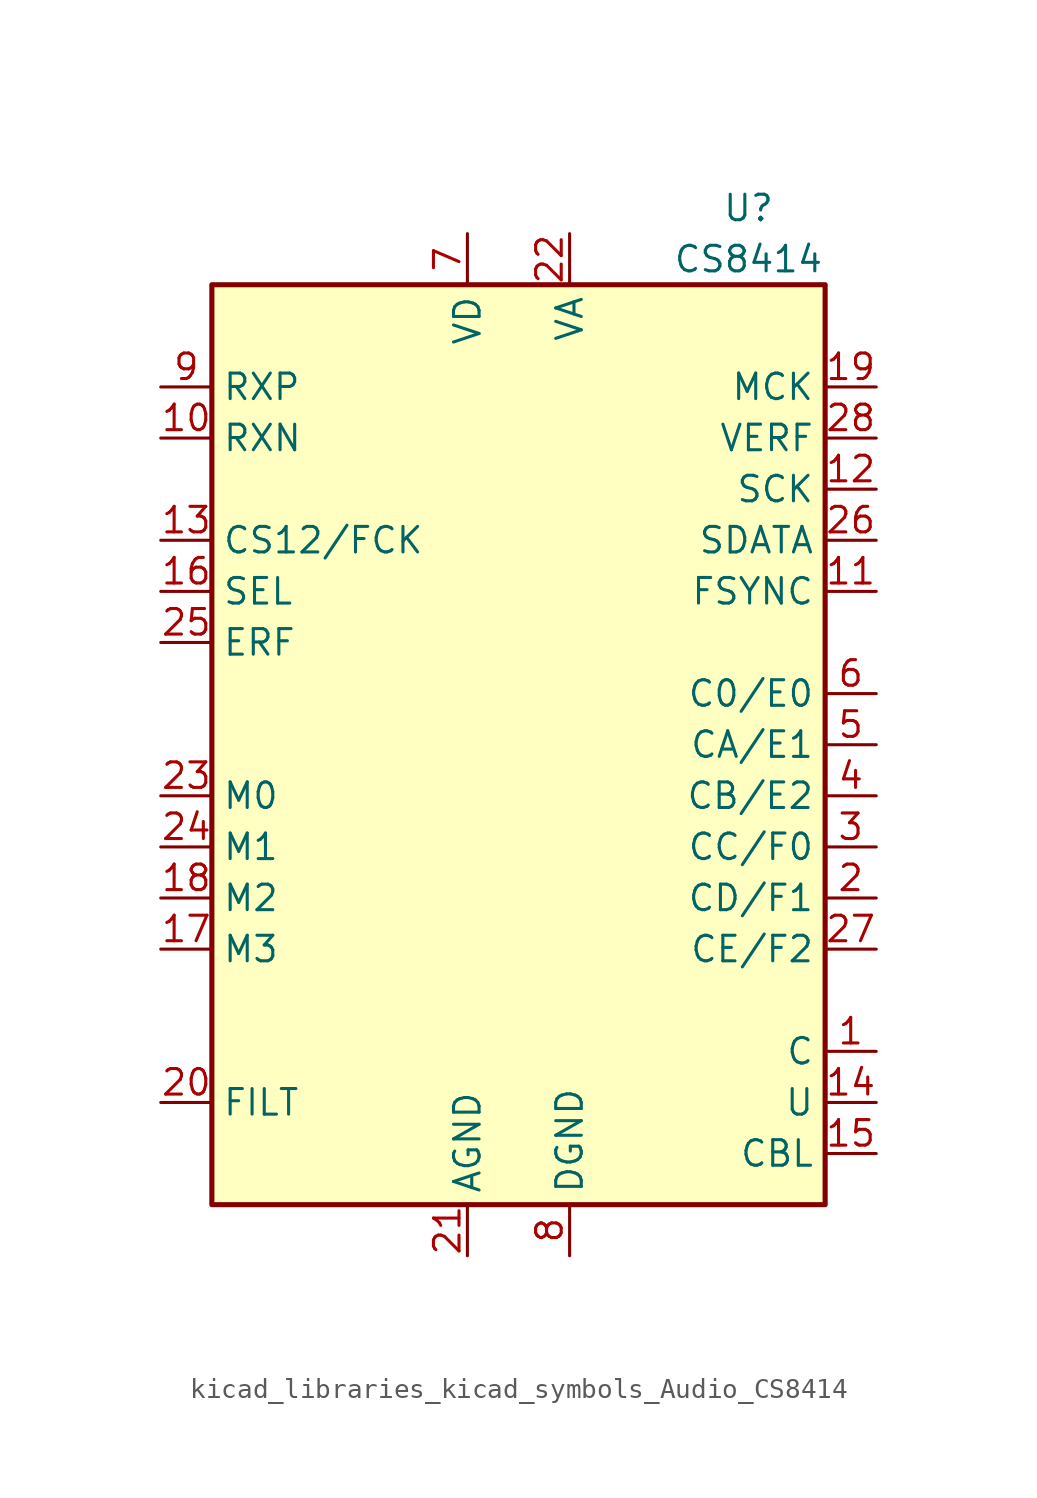
<source format=kicad_sym>
(kicad_symbol_lib
  (version 20220914)
  (generator kicad_symbol_editor)
  (symbol "kicad_libraries_kicad_symbols_Audio_CS8414"
    (property "Reference" "U"
      (at 11.43 26.67 0)
      (effects (font (size 1.27 1.27))))
    (property "Value" "CS8414"
      (at 11.43 24.13 0)
      (effects (font (size 1.27 1.27))))
    (symbol "kicad_libraries_kicad_symbols_Audio_CS8414_0_1"
      (rectangle (start -15.24 -22.86) (end 15.24 22.86) (stroke (width 0.254) (type default)) (fill (type background))))
    (symbol "kicad_libraries_kicad_symbols_Audio_CS8414_1_1"
      (pin output line (at 17.78 -15.24 180) (length 2.54) (name "C" (effects (font (size 1.27 1.27)))) (number "1" (effects (font (size 1.27 1.27)))))
      (pin input line (at -17.78 15.24 0) (length 2.54) (name "RXN" (effects (font (size 1.27 1.27)))) (number "10" (effects (font (size 1.27 1.27)))))
      (pin bidirectional line (at 17.78 7.62 180) (length 2.54) (name "FSYNC" (effects (font (size 1.27 1.27)))) (number "11" (effects (font (size 1.27 1.27)))))
      (pin bidirectional line (at 17.78 12.7 180) (length 2.54) (name "SCK" (effects (font (size 1.27 1.27)))) (number "12" (effects (font (size 1.27 1.27)))))
      (pin input line (at -17.78 10.16 0) (length 2.54) (name "CS12/FCK" (effects (font (size 1.27 1.27)))) (number "13" (effects (font (size 1.27 1.27)))))
      (pin output line (at 17.78 -17.78 180) (length 2.54) (name "U" (effects (font (size 1.27 1.27)))) (number "14" (effects (font (size 1.27 1.27)))))
      (pin output line (at 17.78 -20.32 180) (length 2.54) (name "CBL" (effects (font (size 1.27 1.27)))) (number "15" (effects (font (size 1.27 1.27)))))
      (pin input line (at -17.78 7.62 0) (length 2.54) (name "SEL" (effects (font (size 1.27 1.27)))) (number "16" (effects (font (size 1.27 1.27)))))
      (pin input line (at -17.78 -10.16 0) (length 2.54) (name "M3" (effects (font (size 1.27 1.27)))) (number "17" (effects (font (size 1.27 1.27)))))
      (pin input line (at -17.78 -7.62 0) (length 2.54) (name "M2" (effects (font (size 1.27 1.27)))) (number "18" (effects (font (size 1.27 1.27)))))
      (pin output line (at 17.78 17.78 180) (length 2.54) (name "MCK" (effects (font (size 1.27 1.27)))) (number "19" (effects (font (size 1.27 1.27)))))
      (pin output line (at 17.78 -7.62 180) (length 2.54) (name "CD/F1" (effects (font (size 1.27 1.27)))) (number "2" (effects (font (size 1.27 1.27)))))
      (pin input line (at -17.78 -17.78 0) (length 2.54) (name "FILT" (effects (font (size 1.27 1.27)))) (number "20" (effects (font (size 1.27 1.27)))))
      (pin power_in line (at -2.54 -25.4 90) (length 2.54) (name "AGND" (effects (font (size 1.27 1.27)))) (number "21" (effects (font (size 1.27 1.27)))))
      (pin power_in line (at 2.54 25.4 270) (length 2.54) (name "VA" (effects (font (size 1.27 1.27)))) (number "22" (effects (font (size 1.27 1.27)))))
      (pin input line (at -17.78 -2.54 0) (length 2.54) (name "M0" (effects (font (size 1.27 1.27)))) (number "23" (effects (font (size 1.27 1.27)))))
      (pin input line (at -17.78 -5.08 0) (length 2.54) (name "M1" (effects (font (size 1.27 1.27)))) (number "24" (effects (font (size 1.27 1.27)))))
      (pin output line (at -17.78 5.08 0) (length 2.54) (name "ERF" (effects (font (size 1.27 1.27)))) (number "25" (effects (font (size 1.27 1.27)))))
      (pin output line (at 17.78 10.16 180) (length 2.54) (name "SDATA" (effects (font (size 1.27 1.27)))) (number "26" (effects (font (size 1.27 1.27)))))
      (pin output line (at 17.78 -10.16 180) (length 2.54) (name "CE/F2" (effects (font (size 1.27 1.27)))) (number "27" (effects (font (size 1.27 1.27)))))
      (pin output line (at 17.78 15.24 180) (length 2.54) (name "VERF" (effects (font (size 1.27 1.27)))) (number "28" (effects (font (size 1.27 1.27)))))
      (pin output line (at 17.78 -5.08 180) (length 2.54) (name "CC/F0" (effects (font (size 1.27 1.27)))) (number "3" (effects (font (size 1.27 1.27)))))
      (pin output line (at 17.78 -2.54 180) (length 2.54) (name "CB/E2" (effects (font (size 1.27 1.27)))) (number "4" (effects (font (size 1.27 1.27)))))
      (pin output line (at 17.78 0 180) (length 2.54) (name "CA/E1" (effects (font (size 1.27 1.27)))) (number "5" (effects (font (size 1.27 1.27)))))
      (pin output line (at 17.78 2.54 180) (length 2.54) (name "C0/E0" (effects (font (size 1.27 1.27)))) (number "6" (effects (font (size 1.27 1.27)))))
      (pin power_in line (at -2.54 25.4 270) (length 2.54) (name "VD" (effects (font (size 1.27 1.27)))) (number "7" (effects (font (size 1.27 1.27)))))
      (pin power_in line (at 2.54 -25.4 90) (length 2.54) (name "DGND" (effects (font (size 1.27 1.27)))) (number "8" (effects (font (size 1.27 1.27)))))
      (pin input line (at -17.78 17.78 0) (length 2.54) (name "RXP" (effects (font (size 1.27 1.27)))) (number "9" (effects (font (size 1.27 1.27))))))))
</source>
